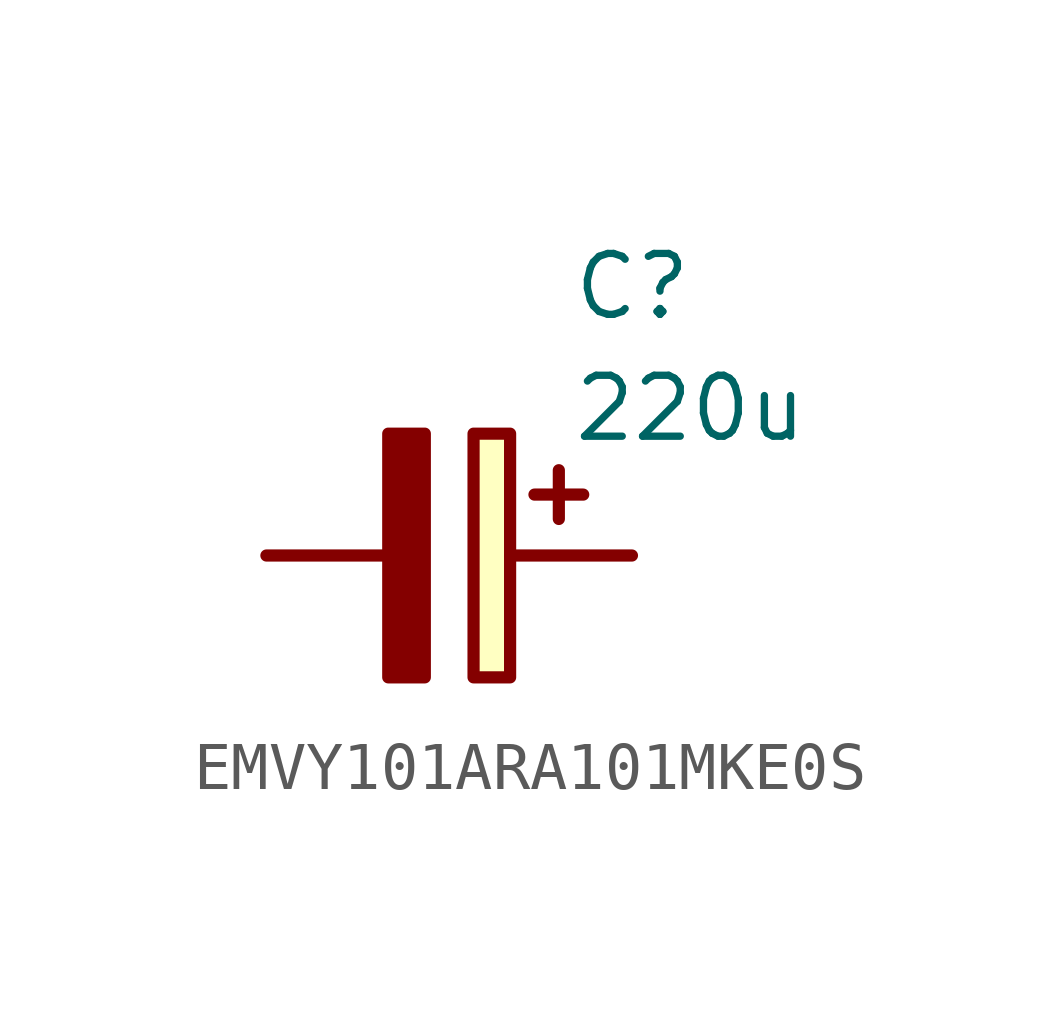
<source format=kicad_sym>
(kicad_symbol_lib
  (version 20241209)
  (generator "kicad_symbol_editor")
  (generator_version "9.0")
  (symbol "EMVY101ARA101MKE0S"
    (pin_names
      (hide yes))
    (property "Reference" "C"
      (at 8.89 6.35 0)
      (effects (font (size 1.27 1.27)) (justify left top)))
    (property "Value" "220u"
      (at 8.89 3.81 0)
      (effects (font (size 1.27 1.27)) (justify left top)))
    (symbol "EMVY101ARA101MKE0S_1_1"
      (polyline (pts (xy 5.08 2.54) (xy 5.08 -2.54) (xy 5.842 -2.54) (xy 5.842 2.54) (xy 5.08 2.54)) (stroke (width 0.254) (type default)) (fill (type outline)))
      (polyline (pts (xy 5.08 0) (xy 2.54 0)) (stroke (width 0.254) (type default)) (fill (type none)))
      (rectangle (start 7.62 2.54) (end 6.858 -2.54) (stroke (width 0.254) (type default)) (fill (type background)))
      (polyline (pts (xy 8.128 1.27) (xy 9.144 1.27)) (stroke (width 0.254) (type default)) (fill (type none)))
      (polyline (pts (xy 8.636 1.778) (xy 8.636 0.762)) (stroke (width 0.254) (type default)) (fill (type none)))
      (polyline (pts (xy 10.16 0) (xy 7.62 0)) (stroke (width 0.254) (type default)) (fill (type none)))
      (pin passive line (at 2.54 0 0) (length 2.54) (name "+" (effects (font (size 1.27 1.27)))) (number "1" (effects (font (size 0 0)))))
      (pin passive line (at 10.16 0 180) (length 2.54) (name "-" (effects (font (size 1.27 1.27)))) (number "2" (effects (font (size 0 0))))))))
</source>
